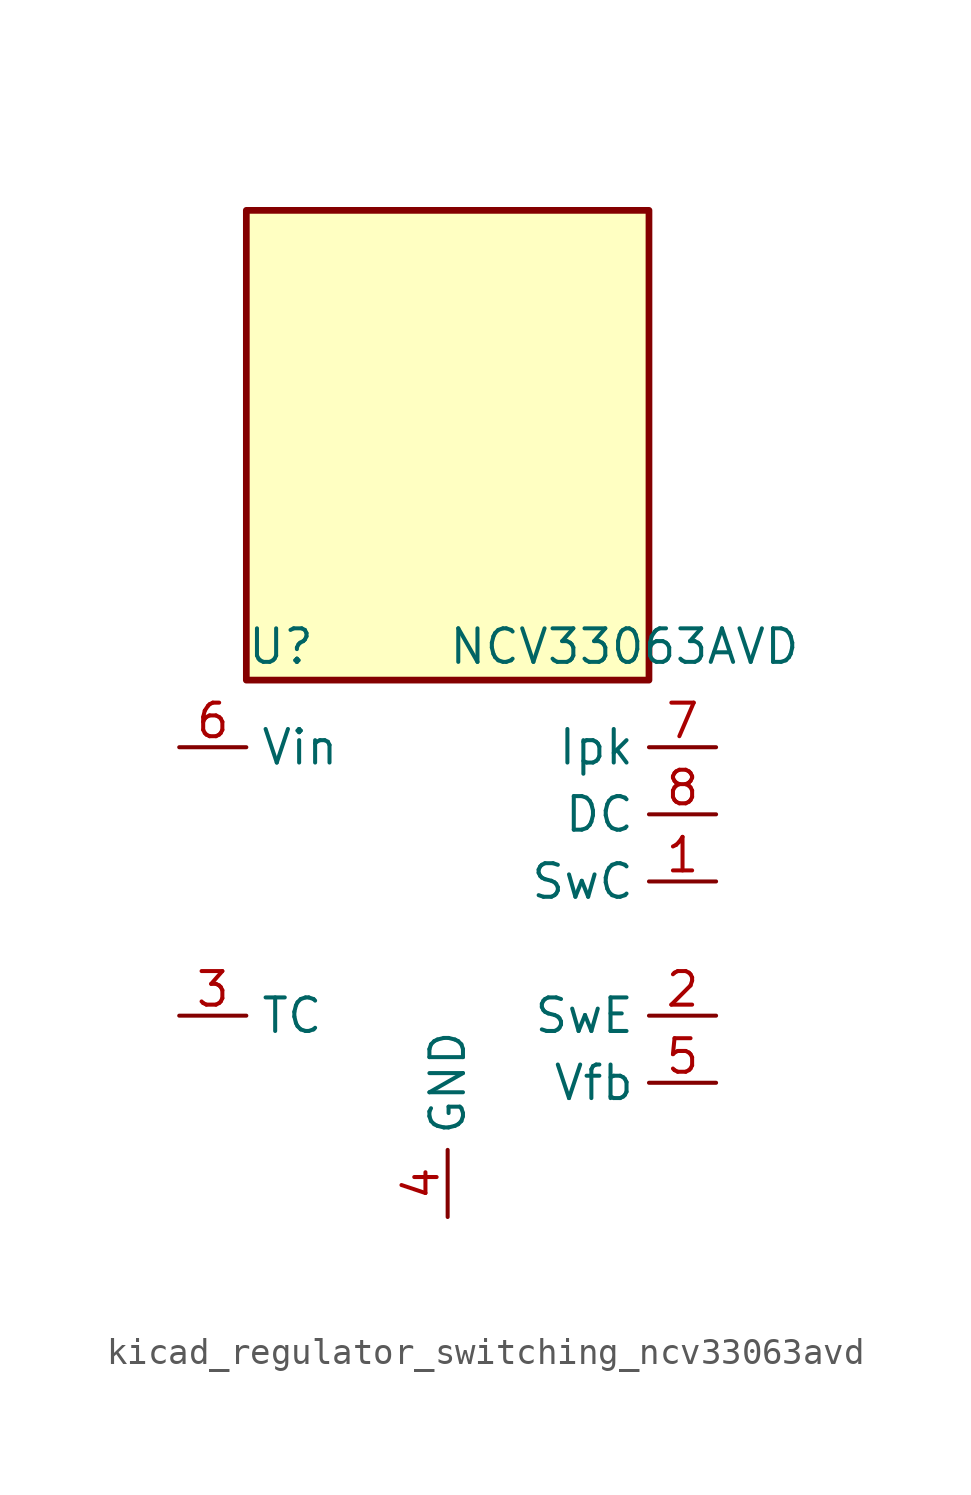
<source format=kicad_sym>
(kicad_symbol_lib
  (version 20220914)
  (generator kicad_symbol_editor)
  (symbol "kicad_regulator_switching_ncv33063avd"
    (property "Reference" "U"
      (at -7.62 8.89 0)
      (effects (font (size 1.27 1.27)) (justify left)))
    (property "Value" "NCV33063AVD"
      (at 0 8.89 0)
      (effects (font (size 1.27 1.27)) (justify left)))
    (symbol "kicad_regulator_switching_ncv33063avd_0_1"
      (rectangle (start 7.62 25.4) (end -7.62 7.62) (stroke (width 0.254) (type default)) (fill (type background))))
    (symbol "kicad_regulator_switching_ncv33063avd_1_1"
      (pin open_collector line (at 10.16 0 180) (length 2.54) (name "SwC" (effects (font (size 1.27 1.27)))) (number "1" (effects (font (size 1.27 1.27)))))
      (pin open_emitter line (at 10.16 -5.08 180) (length 2.54) (name "SwE" (effects (font (size 1.27 1.27)))) (number "2" (effects (font (size 1.27 1.27)))))
      (pin passive line (at -10.16 -5.08 0) (length 2.54) (name "TC" (effects (font (size 1.27 1.27)))) (number "3" (effects (font (size 1.27 1.27)))))
      (pin power_in line (at 0 -12.7 90) (length 2.54) (name "GND" (effects (font (size 1.27 1.27)))) (number "4" (effects (font (size 1.27 1.27)))))
      (pin input line (at 10.16 -7.62 180) (length 2.54) (name "Vfb" (effects (font (size 1.27 1.27)))) (number "5" (effects (font (size 1.27 1.27)))))
      (pin power_in line (at -10.16 5.08 0) (length 2.54) (name "Vin" (effects (font (size 1.27 1.27)))) (number "6" (effects (font (size 1.27 1.27)))))
      (pin input line (at 10.16 5.08 180) (length 2.54) (name "Ipk" (effects (font (size 1.27 1.27)))) (number "7" (effects (font (size 1.27 1.27)))))
      (pin open_collector line (at 10.16 2.54 180) (length 2.54) (name "DC" (effects (font (size 1.27 1.27)))) (number "8" (effects (font (size 1.27 1.27))))))))
</source>
